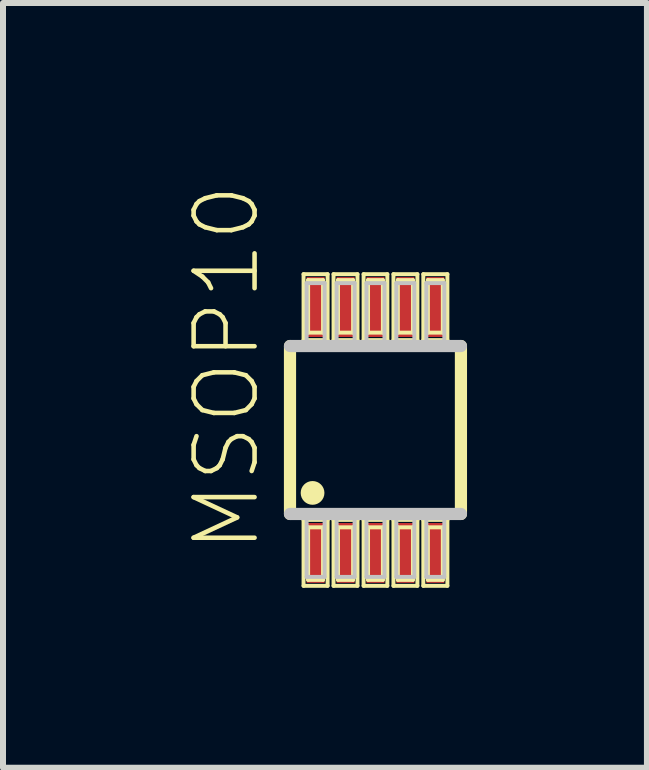
<source format=kicad_pcb>
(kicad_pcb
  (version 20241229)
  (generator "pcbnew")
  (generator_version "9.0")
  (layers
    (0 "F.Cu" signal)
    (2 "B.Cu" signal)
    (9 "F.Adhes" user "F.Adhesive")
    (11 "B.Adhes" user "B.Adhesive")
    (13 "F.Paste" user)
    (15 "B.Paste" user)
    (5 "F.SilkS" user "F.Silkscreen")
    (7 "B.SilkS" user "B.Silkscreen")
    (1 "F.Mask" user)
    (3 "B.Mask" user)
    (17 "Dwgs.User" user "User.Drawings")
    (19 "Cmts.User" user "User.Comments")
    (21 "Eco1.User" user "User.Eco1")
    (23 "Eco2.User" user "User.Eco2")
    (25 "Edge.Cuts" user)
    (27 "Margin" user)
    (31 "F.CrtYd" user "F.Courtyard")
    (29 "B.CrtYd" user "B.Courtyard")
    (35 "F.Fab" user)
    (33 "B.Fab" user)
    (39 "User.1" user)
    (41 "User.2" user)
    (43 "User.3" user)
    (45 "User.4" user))
  (footprint "MSOP10"
    (layer "F.Cu")
    (at 3.21 4.119)
    (property "Reference" "MSOP10" (at -2.482 -1.034 90) (layer "F.SilkS") (effects (font (size 1.016 1.016) (thickness 0.076))))
    (attr smd)
    (fp_line (start -1.425 -1.4) (end -1.425 1.4) (stroke (width 0.203) (type solid)) (layer "F.SilkS"))
    (fp_line (start -1.199 -2.598) (end -0.798 -2.598) (stroke (width 0.066) (type solid)) (layer "F.SilkS"))
    (fp_line (start -1.199 -1.499) (end -1.199 -2.598) (stroke (width 0.066) (type solid)) (layer "F.SilkS"))
    (fp_line (start -1.199 -1.499) (end -0.798 -1.499) (stroke (width 0.066) (type solid)) (layer "F.SilkS"))
    (fp_line (start -1.199 1.499) (end -0.798 1.499) (stroke (width 0.066) (type solid)) (layer "F.SilkS"))
    (fp_line (start -1.199 2.598) (end -1.199 1.499) (stroke (width 0.066) (type solid)) (layer "F.SilkS"))
    (fp_line (start -1.199 2.598) (end -0.798 2.598) (stroke (width 0.066) (type solid)) (layer "F.SilkS"))
    (fp_line (start -1.123 -2.499) (end -0.874 -2.499) (stroke (width 0.066) (type solid)) (layer "F.SilkS"))
    (fp_line (start -1.123 -1.623) (end -1.123 -2.499) (stroke (width 0.066) (type solid)) (layer "F.SilkS"))
    (fp_line (start -1.123 -1.623) (end -0.874 -1.623) (stroke (width 0.066) (type solid)) (layer "F.SilkS"))
    (fp_line (start -1.123 1.623) (end -0.874 1.623) (stroke (width 0.066) (type solid)) (layer "F.SilkS"))
    (fp_line (start -1.123 2.499) (end -1.123 1.623) (stroke (width 0.066) (type solid)) (layer "F.SilkS"))
    (fp_line (start -1.123 2.499) (end -0.874 2.499) (stroke (width 0.066) (type solid)) (layer "F.SilkS"))
    (fp_line (start -0.874 -1.623) (end -0.874 -2.499) (stroke (width 0.066) (type solid)) (layer "F.SilkS"))
    (fp_line (start -0.874 2.499) (end -0.874 1.623) (stroke (width 0.066) (type solid)) (layer "F.SilkS"))
    (fp_line (start -0.798 -1.499) (end -0.798 -2.598) (stroke (width 0.066) (type solid)) (layer "F.SilkS"))
    (fp_line (start -0.798 2.598) (end -0.798 1.499) (stroke (width 0.066) (type solid)) (layer "F.SilkS"))
    (fp_line (start -0.699 -2.598) (end -0.3 -2.598) (stroke (width 0.066) (type solid)) (layer "F.SilkS"))
    (fp_line (start -0.699 -1.499) (end -0.699 -2.598) (stroke (width 0.066) (type solid)) (layer "F.SilkS"))
    (fp_line (start -0.699 -1.499) (end -0.3 -1.499) (stroke (width 0.066) (type solid)) (layer "F.SilkS"))
    (fp_line (start -0.699 1.499) (end -0.3 1.499) (stroke (width 0.066) (type solid)) (layer "F.SilkS"))
    (fp_line (start -0.699 2.598) (end -0.699 1.499) (stroke (width 0.066) (type solid)) (layer "F.SilkS"))
    (fp_line (start -0.699 2.598) (end -0.3 2.598) (stroke (width 0.066) (type solid)) (layer "F.SilkS"))
    (fp_line (start -0.625 -2.499) (end -0.373 -2.499) (stroke (width 0.066) (type solid)) (layer "F.SilkS"))
    (fp_line (start -0.625 -1.623) (end -0.625 -2.499) (stroke (width 0.066) (type solid)) (layer "F.SilkS"))
    (fp_line (start -0.625 -1.623) (end -0.373 -1.623) (stroke (width 0.066) (type solid)) (layer "F.SilkS"))
    (fp_line (start -0.625 1.623) (end -0.373 1.623) (stroke (width 0.066) (type solid)) (layer "F.SilkS"))
    (fp_line (start -0.625 2.499) (end -0.625 1.623) (stroke (width 0.066) (type solid)) (layer "F.SilkS"))
    (fp_line (start -0.625 2.499) (end -0.373 2.499) (stroke (width 0.066) (type solid)) (layer "F.SilkS"))
    (fp_line (start -0.373 -1.623) (end -0.373 -2.499) (stroke (width 0.066) (type solid)) (layer "F.SilkS"))
    (fp_line (start -0.373 2.499) (end -0.373 1.623) (stroke (width 0.066) (type solid)) (layer "F.SilkS"))
    (fp_line (start -0.3 -1.499) (end -0.3 -2.598) (stroke (width 0.066) (type solid)) (layer "F.SilkS"))
    (fp_line (start -0.3 2.598) (end -0.3 1.499) (stroke (width 0.066) (type solid)) (layer "F.SilkS"))
    (fp_line (start -0.198 -2.598) (end 0.198 -2.598) (stroke (width 0.066) (type solid)) (layer "F.SilkS"))
    (fp_line (start -0.198 -1.499) (end -0.198 -2.598) (stroke (width 0.066) (type solid)) (layer "F.SilkS"))
    (fp_line (start -0.198 -1.499) (end 0.198 -1.499) (stroke (width 0.066) (type solid)) (layer "F.SilkS"))
    (fp_line (start -0.198 1.499) (end 0.198 1.499) (stroke (width 0.066) (type solid)) (layer "F.SilkS"))
    (fp_line (start -0.198 2.598) (end -0.198 1.499) (stroke (width 0.066) (type solid)) (layer "F.SilkS"))
    (fp_line (start -0.198 2.598) (end 0.198 2.598) (stroke (width 0.066) (type solid)) (layer "F.SilkS"))
    (fp_line (start -0.124 -2.499) (end 0.124 -2.499) (stroke (width 0.066) (type solid)) (layer "F.SilkS"))
    (fp_line (start -0.124 -1.623) (end -0.124 -2.499) (stroke (width 0.066) (type solid)) (layer "F.SilkS"))
    (fp_line (start -0.124 -1.623) (end 0.124 -1.623) (stroke (width 0.066) (type solid)) (layer "F.SilkS"))
    (fp_line (start -0.124 1.623) (end 0.124 1.623) (stroke (width 0.066) (type solid)) (layer "F.SilkS"))
    (fp_line (start -0.124 2.499) (end -0.124 1.623) (stroke (width 0.066) (type solid)) (layer "F.SilkS"))
    (fp_line (start -0.124 2.499) (end 0.124 2.499) (stroke (width 0.066) (type solid)) (layer "F.SilkS"))
    (fp_line (start 0.124 -1.623) (end 0.124 -2.499) (stroke (width 0.066) (type solid)) (layer "F.SilkS"))
    (fp_line (start 0.124 2.499) (end 0.124 1.623) (stroke (width 0.066) (type solid)) (layer "F.SilkS"))
    (fp_line (start 0.198 -1.499) (end 0.198 -2.598) (stroke (width 0.066) (type solid)) (layer "F.SilkS"))
    (fp_line (start 0.198 2.598) (end 0.198 1.499) (stroke (width 0.066) (type solid)) (layer "F.SilkS"))
    (fp_line (start 0.3 -2.598) (end 0.699 -2.598) (stroke (width 0.066) (type solid)) (layer "F.SilkS"))
    (fp_line (start 0.3 -1.499) (end 0.3 -2.598) (stroke (width 0.066) (type solid)) (layer "F.SilkS"))
    (fp_line (start 0.3 -1.499) (end 0.699 -1.499) (stroke (width 0.066) (type solid)) (layer "F.SilkS"))
    (fp_line (start 0.3 1.499) (end 0.699 1.499) (stroke (width 0.066) (type solid)) (layer "F.SilkS"))
    (fp_line (start 0.3 2.598) (end 0.3 1.499) (stroke (width 0.066) (type solid)) (layer "F.SilkS"))
    (fp_line (start 0.3 2.598) (end 0.699 2.598) (stroke (width 0.066) (type solid)) (layer "F.SilkS"))
    (fp_line (start 0.373 -2.499) (end 0.625 -2.499) (stroke (width 0.066) (type solid)) (layer "F.SilkS"))
    (fp_line (start 0.373 -1.623) (end 0.373 -2.499) (stroke (width 0.066) (type solid)) (layer "F.SilkS"))
    (fp_line (start 0.373 -1.623) (end 0.625 -1.623) (stroke (width 0.066) (type solid)) (layer "F.SilkS"))
    (fp_line (start 0.373 1.623) (end 0.625 1.623) (stroke (width 0.066) (type solid)) (layer "F.SilkS"))
    (fp_line (start 0.373 2.499) (end 0.373 1.623) (stroke (width 0.066) (type solid)) (layer "F.SilkS"))
    (fp_line (start 0.373 2.499) (end 0.625 2.499) (stroke (width 0.066) (type solid)) (layer "F.SilkS"))
    (fp_line (start 0.625 -1.623) (end 0.625 -2.499) (stroke (width 0.066) (type solid)) (layer "F.SilkS"))
    (fp_line (start 0.625 2.499) (end 0.625 1.623) (stroke (width 0.066) (type solid)) (layer "F.SilkS"))
    (fp_line (start 0.699 -1.499) (end 0.699 -2.598) (stroke (width 0.066) (type solid)) (layer "F.SilkS"))
    (fp_line (start 0.699 2.598) (end 0.699 1.499) (stroke (width 0.066) (type solid)) (layer "F.SilkS"))
    (fp_line (start 0.798 -2.598) (end 1.199 -2.598) (stroke (width 0.066) (type solid)) (layer "F.SilkS"))
    (fp_line (start 0.798 -1.499) (end 0.798 -2.598) (stroke (width 0.066) (type solid)) (layer "F.SilkS"))
    (fp_line (start 0.798 -1.499) (end 1.199 -1.499) (stroke (width 0.066) (type solid)) (layer "F.SilkS"))
    (fp_line (start 0.798 1.499) (end 1.199 1.499) (stroke (width 0.066) (type solid)) (layer "F.SilkS"))
    (fp_line (start 0.798 2.598) (end 0.798 1.499) (stroke (width 0.066) (type solid)) (layer "F.SilkS"))
    (fp_line (start 0.798 2.598) (end 1.199 2.598) (stroke (width 0.066) (type solid)) (layer "F.SilkS"))
    (fp_line (start 0.874 -2.499) (end 1.123 -2.499) (stroke (width 0.066) (type solid)) (layer "F.SilkS"))
    (fp_line (start 0.874 -1.623) (end 0.874 -2.499) (stroke (width 0.066) (type solid)) (layer "F.SilkS"))
    (fp_line (start 0.874 -1.623) (end 1.123 -1.623) (stroke (width 0.066) (type solid)) (layer "F.SilkS"))
    (fp_line (start 0.874 1.623) (end 1.123 1.623) (stroke (width 0.066) (type solid)) (layer "F.SilkS"))
    (fp_line (start 0.874 2.499) (end 0.874 1.623) (stroke (width 0.066) (type solid)) (layer "F.SilkS"))
    (fp_line (start 0.874 2.499) (end 1.123 2.499) (stroke (width 0.066) (type solid)) (layer "F.SilkS"))
    (fp_line (start 1.123 -1.623) (end 1.123 -2.499) (stroke (width 0.066) (type solid)) (layer "F.SilkS"))
    (fp_line (start 1.123 2.499) (end 1.123 1.623) (stroke (width 0.066) (type solid)) (layer "F.SilkS"))
    (fp_line (start 1.199 -1.499) (end 1.199 -2.598) (stroke (width 0.066) (type solid)) (layer "F.SilkS"))
    (fp_line (start 1.199 2.598) (end 1.199 1.499) (stroke (width 0.066) (type solid)) (layer "F.SilkS"))
    (fp_line (start 1.425 1.4) (end 1.425 -1.4) (stroke (width 0.203) (type solid)) (layer "F.SilkS"))
    (fp_circle (center -1.049 1.049) (end -1.049 0.851) (stroke (width 0) (type solid)) (fill yes) (layer "F.SilkS"))
    (fp_line (start -1.425 1.4) (end 1.425 1.4) (stroke (width 0.203) (type solid)) (layer "Dwgs.User"))
    (fp_line (start -1.148 -2.449) (end -0.848 -2.449) (stroke (width 0.066) (type solid)) (layer "Dwgs.User"))
    (fp_line (start -1.148 -1.473) (end -1.148 -2.449) (stroke (width 0.066) (type solid)) (layer "Dwgs.User"))
    (fp_line (start -1.148 -1.473) (end -0.848 -1.473) (stroke (width 0.066) (type solid)) (layer "Dwgs.User"))
    (fp_line (start -1.148 1.473) (end -0.848 1.473) (stroke (width 0.066) (type solid)) (layer "Dwgs.User"))
    (fp_line (start -1.148 2.449) (end -1.148 1.473) (stroke (width 0.066) (type solid)) (layer "Dwgs.User"))
    (fp_line (start -1.148 2.449) (end -0.848 2.449) (stroke (width 0.066) (type solid)) (layer "Dwgs.User"))
    (fp_line (start -0.848 -1.473) (end -0.848 -2.449) (stroke (width 0.066) (type solid)) (layer "Dwgs.User"))
    (fp_line (start -0.848 2.449) (end -0.848 1.473) (stroke (width 0.066) (type solid)) (layer "Dwgs.User"))
    (fp_line (start -0.648 -2.449) (end -0.348 -2.449) (stroke (width 0.066) (type solid)) (layer "Dwgs.User"))
    (fp_line (start -0.648 -1.473) (end -0.648 -2.449) (stroke (width 0.066) (type solid)) (layer "Dwgs.User"))
    (fp_line (start -0.648 -1.473) (end -0.348 -1.473) (stroke (width 0.066) (type solid)) (layer "Dwgs.User"))
    (fp_line (start -0.648 1.473) (end -0.348 1.473) (stroke (width 0.066) (type solid)) (layer "Dwgs.User"))
    (fp_line (start -0.648 2.449) (end -0.648 1.473) (stroke (width 0.066) (type solid)) (layer "Dwgs.User"))
    (fp_line (start -0.648 2.449) (end -0.348 2.449) (stroke (width 0.066) (type solid)) (layer "Dwgs.User"))
    (fp_line (start -0.348 -1.473) (end -0.348 -2.449) (stroke (width 0.066) (type solid)) (layer "Dwgs.User"))
    (fp_line (start -0.348 2.449) (end -0.348 1.473) (stroke (width 0.066) (type solid)) (layer "Dwgs.User"))
    (fp_line (start -0.15 -2.449) (end 0.15 -2.449) (stroke (width 0.066) (type solid)) (layer "Dwgs.User"))
    (fp_line (start -0.15 -1.473) (end -0.15 -2.449) (stroke (width 0.066) (type solid)) (layer "Dwgs.User"))
    (fp_line (start -0.15 -1.473) (end 0.15 -1.473) (stroke (width 0.066) (type solid)) (layer "Dwgs.User"))
    (fp_line (start -0.15 1.473) (end 0.15 1.473) (stroke (width 0.066) (type solid)) (layer "Dwgs.User"))
    (fp_line (start -0.15 2.449) (end -0.15 1.473) (stroke (width 0.066) (type solid)) (layer "Dwgs.User"))
    (fp_line (start -0.15 2.449) (end 0.15 2.449) (stroke (width 0.066) (type solid)) (layer "Dwgs.User"))
    (fp_line (start 0.15 -1.473) (end 0.15 -2.449) (stroke (width 0.066) (type solid)) (layer "Dwgs.User"))
    (fp_line (start 0.15 2.449) (end 0.15 1.473) (stroke (width 0.066) (type solid)) (layer "Dwgs.User"))
    (fp_line (start 0.348 -2.449) (end 0.648 -2.449) (stroke (width 0.066) (type solid)) (layer "Dwgs.User"))
    (fp_line (start 0.348 -1.473) (end 0.348 -2.449) (stroke (width 0.066) (type solid)) (layer "Dwgs.User"))
    (fp_line (start 0.348 -1.473) (end 0.648 -1.473) (stroke (width 0.066) (type solid)) (layer "Dwgs.User"))
    (fp_line (start 0.348 1.473) (end 0.648 1.473) (stroke (width 0.066) (type solid)) (layer "Dwgs.User"))
    (fp_line (start 0.348 2.449) (end 0.348 1.473) (stroke (width 0.066) (type solid)) (layer "Dwgs.User"))
    (fp_line (start 0.348 2.449) (end 0.648 2.449) (stroke (width 0.066) (type solid)) (layer "Dwgs.User"))
    (fp_line (start 0.648 -1.473) (end 0.648 -2.449) (stroke (width 0.066) (type solid)) (layer "Dwgs.User"))
    (fp_line (start 0.648 2.449) (end 0.648 1.473) (stroke (width 0.066) (type solid)) (layer "Dwgs.User"))
    (fp_line (start 0.848 -2.449) (end 1.148 -2.449) (stroke (width 0.066) (type solid)) (layer "Dwgs.User"))
    (fp_line (start 0.848 -1.473) (end 0.848 -2.449) (stroke (width 0.066) (type solid)) (layer "Dwgs.User"))
    (fp_line (start 0.848 -1.473) (end 1.148 -1.473) (stroke (width 0.066) (type solid)) (layer "Dwgs.User"))
    (fp_line (start 0.848 1.473) (end 1.148 1.473) (stroke (width 0.066) (type solid)) (layer "Dwgs.User"))
    (fp_line (start 0.848 2.449) (end 0.848 1.473) (stroke (width 0.066) (type solid)) (layer "Dwgs.User"))
    (fp_line (start 0.848 2.449) (end 1.148 2.449) (stroke (width 0.066) (type solid)) (layer "Dwgs.User"))
    (fp_line (start 1.148 -1.473) (end 1.148 -2.449) (stroke (width 0.066) (type solid)) (layer "Dwgs.User"))
    (fp_line (start 1.148 2.449) (end 1.148 1.473) (stroke (width 0.066) (type solid)) (layer "Dwgs.User"))
    (fp_line (start 1.425 -1.4) (end -1.425 -1.4) (stroke (width 0.203) (type solid)) (layer "Dwgs.User"))
    (pad "1" smd rect (at -0.998 2.05) (size 0.3 0.998) (layers "F.Cu" "F.Mask" "F.Paste"))
    (pad "2" smd rect (at -0.498 2.05) (size 0.3 0.998) (layers "F.Cu" "F.Mask" "F.Paste"))
    (pad "3" smd rect (at 0 2.05) (size 0.3 0.998) (layers "F.Cu" "F.Mask" "F.Paste"))
    (pad "4" smd rect (at 0.498 2.05) (size 0.3 0.998) (layers "F.Cu" "F.Mask" "F.Paste"))
    (pad "5" smd rect (at 0.998 2.05) (size 0.3 0.998) (layers "F.Cu" "F.Mask" "F.Paste"))
    (pad "6" smd rect (at 0.998 -2.05 180) (size 0.3 0.998) (layers "F.Cu" "F.Mask" "F.Paste"))
    (pad "7" smd rect (at 0.498 -2.05 180) (size 0.3 0.998) (layers "F.Cu" "F.Mask" "F.Paste"))
    (pad "8" smd rect (at 0 -2.05 180) (size 0.3 0.998) (layers "F.Cu" "F.Mask" "F.Paste"))
    (pad "9" smd rect (at -0.498 -2.05 180) (size 0.3 0.998) (layers "F.Cu" "F.Mask" "F.Paste"))
    (pad "10" smd rect (at -0.998 -2.05 180) (size 0.3 0.998) (layers "F.Cu" "F.Mask" "F.Paste")))
  (gr_rect
    (start -3 -3)
    (end 7.736 9.75)
    (stroke (width 0.1) (type default))
    (fill no)
    (layer "Edge.Cuts")))
</source>
